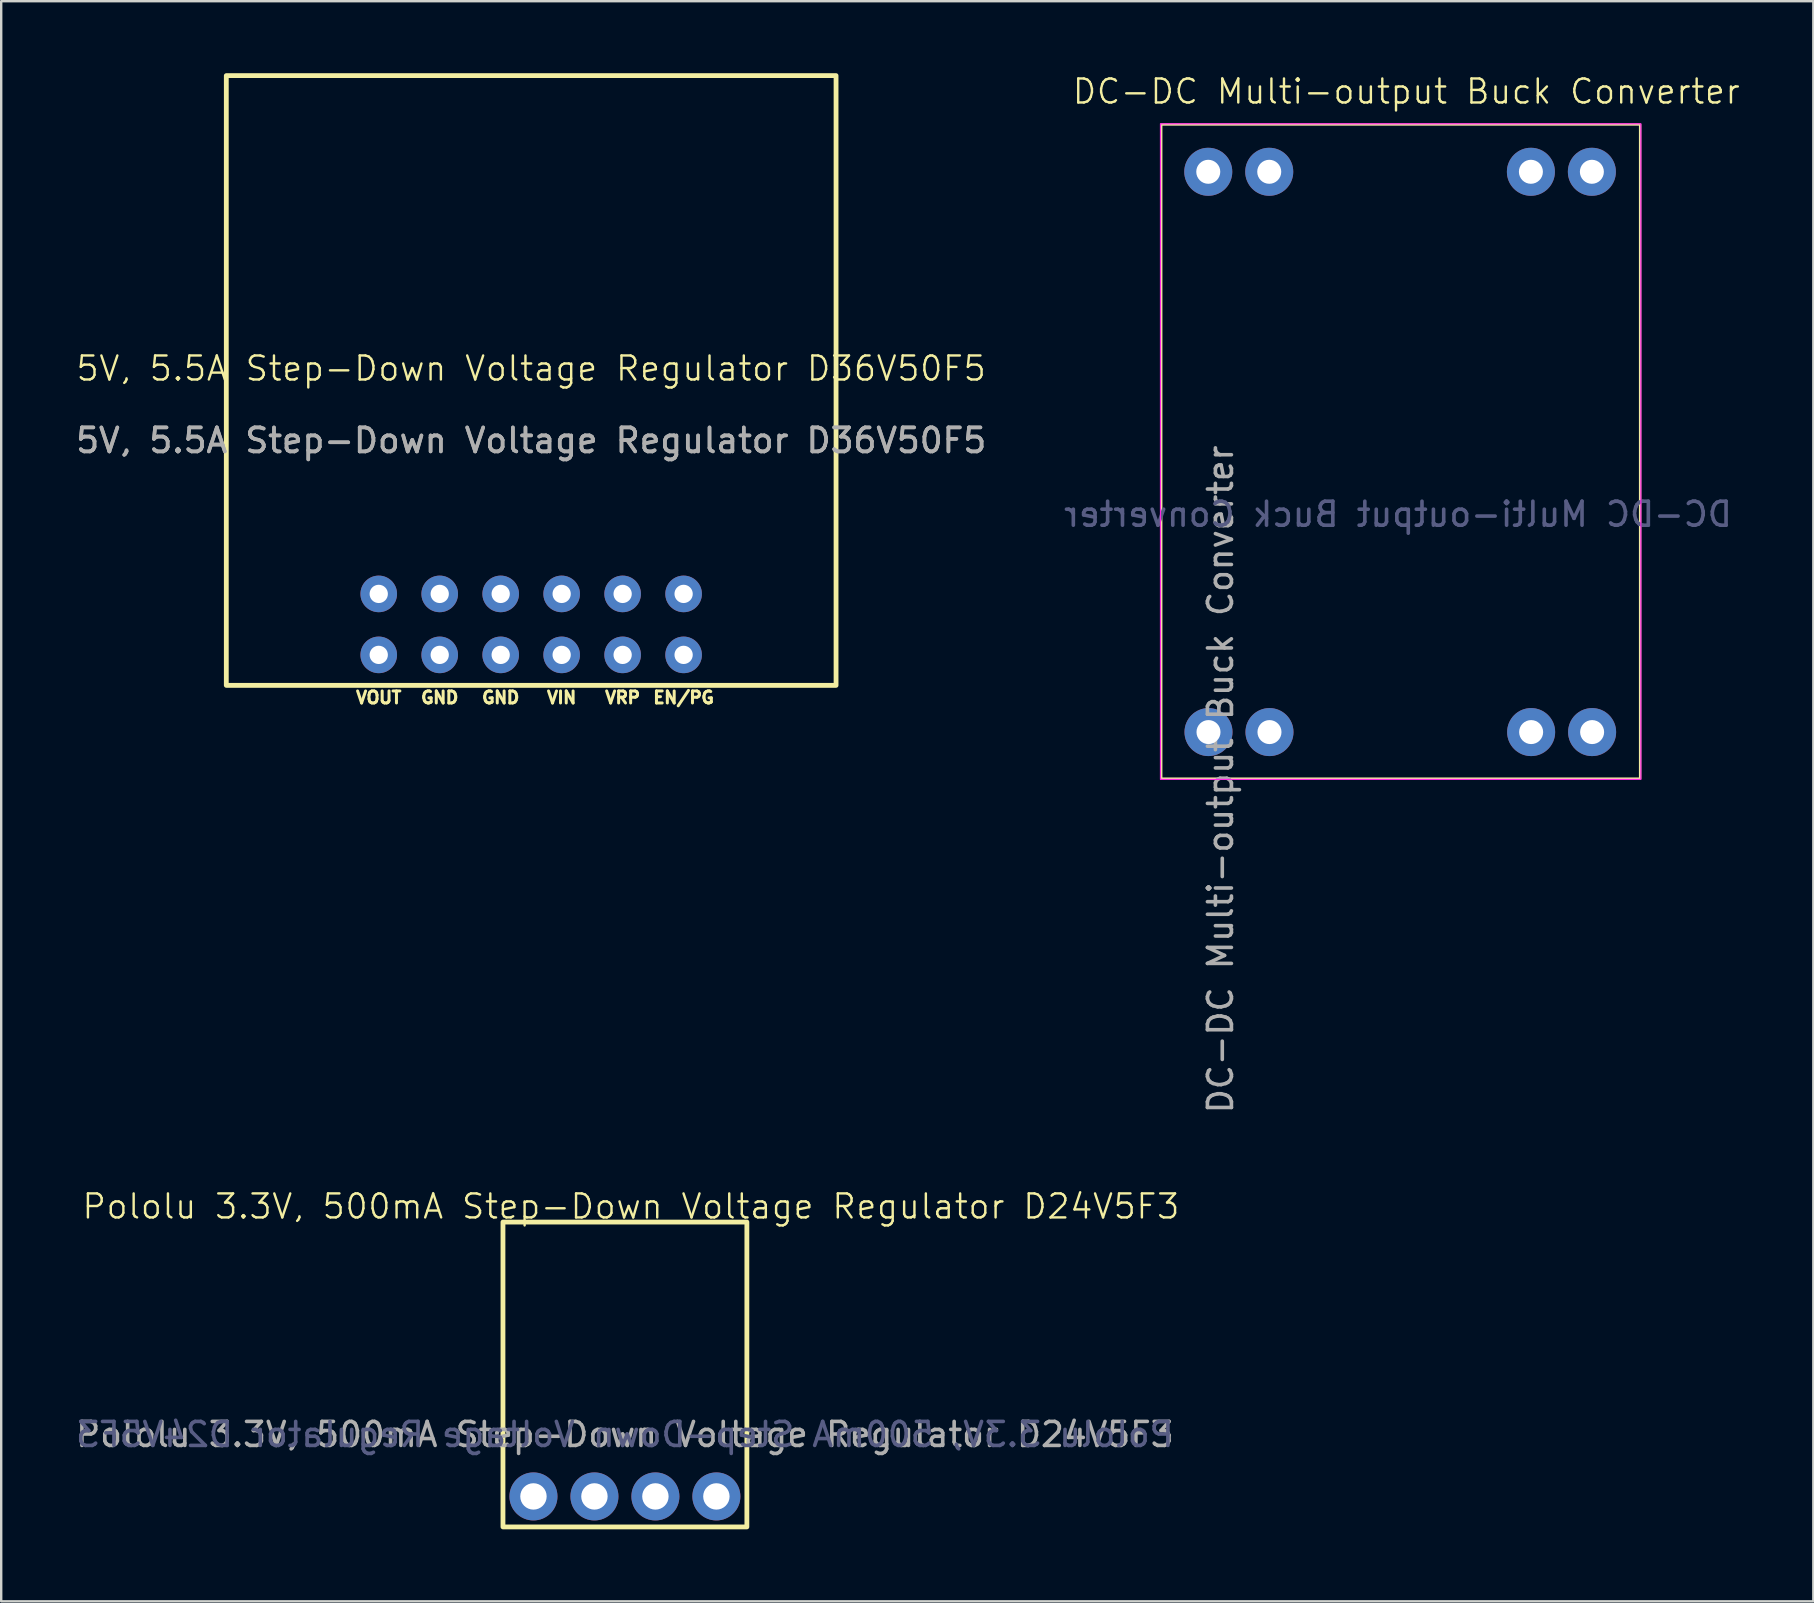
<source format=kicad_pcb>
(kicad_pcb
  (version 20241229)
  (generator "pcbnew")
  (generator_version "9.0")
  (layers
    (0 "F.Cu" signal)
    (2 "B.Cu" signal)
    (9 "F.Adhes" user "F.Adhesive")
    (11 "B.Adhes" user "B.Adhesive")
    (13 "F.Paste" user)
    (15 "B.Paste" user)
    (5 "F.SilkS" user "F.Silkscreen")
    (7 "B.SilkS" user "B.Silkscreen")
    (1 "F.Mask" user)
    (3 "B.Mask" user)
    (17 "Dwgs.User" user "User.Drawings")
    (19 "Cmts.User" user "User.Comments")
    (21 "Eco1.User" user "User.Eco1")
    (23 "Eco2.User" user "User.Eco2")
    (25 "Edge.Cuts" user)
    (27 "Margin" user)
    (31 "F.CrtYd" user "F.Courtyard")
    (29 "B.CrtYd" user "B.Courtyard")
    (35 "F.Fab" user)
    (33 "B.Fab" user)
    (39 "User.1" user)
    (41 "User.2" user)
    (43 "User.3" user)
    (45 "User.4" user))
  (footprint "Pololu 3.3V, 500mA Step-Down Voltage Regulator D24V5F3"
    (layer "F.Cu")
    (at 22.982 53.706)
    (property "Reference" "Pololu 3.3V, 500mA Step-Down Voltage Regulator D24V5F3" (at 0.25 -6.5 0) (unlocked yes) (layer "F.SilkS") (effects (font (size 1 1) (thickness 0.1))))
    (attr through_hole)
    (fp_rect (start -5.08 -5.85) (end 5.08 6.85) (stroke (width 0.2) (type solid)) (fill no) (layer "F.SilkS"))
    (fp_text user "${REFERENCE}" (at 0 3 0) (unlocked yes) (layer "B.Fab") (effects (font (size 1 1) (thickness 0.15)) (justify mirror)))
    (fp_text user "${REFERENCE}" (at 0 3 0) (unlocked yes) (layer "F.Fab") (effects (font (size 1 1) (thickness 0.15))))
    (pad "1" thru_hole circle (at -3.81 5.58 270) (size 2 2) (drill 1.1) (layers "*.Cu" "*.Mask"))
    (pad "2" thru_hole circle (at -1.27 5.58 270) (size 2 2) (drill 1.1) (layers "*.Cu" "*.Mask"))
    (pad "3" thru_hole circle (at 1.27 5.58 270) (size 2 2) (drill 1.1) (layers "*.Cu" "*.Mask"))
    (pad "4" thru_hole circle (at 3.81 5.58 270) (size 2 2) (drill 1.1) (layers "*.Cu" "*.Mask")))
  (footprint "5V, 5.5A Step-Down Voltage Regulator D36V50F5"
    (layer "F.Cu")
    (at 19.077 12.8)
    (property "Reference" "5V, 5.5A Step-Down Voltage Regulator D36V50F5" (at 0 -0.5 0) (unlocked yes) (layer "F.SilkS") (effects (font (size 1 1) (thickness 0.1))))
    (attr through_hole)
    (fp_rect (start -12.7 -12.7) (end 12.7 12.7) (stroke (width 0.2) (type solid)) (fill no) (layer "F.SilkS"))
    (fp_text user "GND" (at -3.81 13.208 0) (unlocked yes) (layer "F.SilkS") (effects (font (size 0.5 0.5) (thickness 0.125) (bold yes))))
    (fp_text user "GND" (at -1.27 13.208 0) (unlocked yes) (layer "F.SilkS") (effects (font (size 0.5 0.5) (thickness 0.125) (bold yes))))
    (fp_text user "VOUT" (at -6.35 13.208 0) (unlocked yes) (layer "F.SilkS") (effects (font (size 0.5 0.5) (thickness 0.125) (bold yes))))
    (fp_text user "VIN" (at 1.27 13.208 0) (unlocked yes) (layer "F.SilkS") (effects (font (size 0.5 0.5) (thickness 0.125) (bold yes))))
    (fp_text user "EN/PG" (at 6.35 13.208 0) (unlocked yes) (layer "F.SilkS") (effects (font (size 0.5 0.5) (thickness 0.125) (bold yes))))
    (fp_text user "VRP" (at 3.81 13.208 0) (unlocked yes) (layer "F.SilkS") (effects (font (size 0.5 0.5) (thickness 0.125) (bold yes))))
    (fp_text user "${REFERENCE}" (at 0 2.5 0) (unlocked yes) (layer "F.Fab") (effects (font (size 1 1) (thickness 0.15))))
    (fp_text user "${REFERENCE}" (at 0 2.5 0) (unlocked yes) (layer "F.Fab") (effects (font (size 1 1) (thickness 0.15))))
    (pad "1" thru_hole circle (at -6.35 8.89) (size 1.524 1.524) (drill 0.762) (layers "*.Cu" "*.Mask"))
    (pad "1" thru_hole circle (at -6.35 11.43) (size 1.524 1.524) (drill 0.762) (layers "*.Cu" "*.Mask"))
    (pad "2" thru_hole circle (at -3.81 8.89) (size 1.524 1.524) (drill 0.762) (layers "*.Cu" "*.Mask"))
    (pad "2" thru_hole circle (at -3.81 11.43) (size 1.524 1.524) (drill 0.762) (layers "*.Cu" "*.Mask"))
    (pad "2" thru_hole circle (at -1.27 8.89) (size 1.524 1.524) (drill 0.762) (layers "*.Cu" "*.Mask"))
    (pad "2" thru_hole circle (at -1.27 11.43) (size 1.524 1.524) (drill 0.762) (layers "*.Cu" "*.Mask"))
    (pad "3" thru_hole circle (at 1.27 8.89) (size 1.524 1.524) (drill 0.762) (layers "*.Cu" "*.Mask"))
    (pad "3" thru_hole circle (at 1.27 11.43) (size 1.524 1.524) (drill 0.762) (layers "*.Cu" "*.Mask"))
    (pad "4" thru_hole circle (at 3.81 8.89) (size 1.524 1.524) (drill 0.762) (layers "*.Cu" "*.Mask"))
    (pad "4" thru_hole circle (at 3.81 11.43) (size 1.524 1.524) (drill 0.762) (layers "*.Cu" "*.Mask"))
    (pad "5" thru_hole circle (at 6.35 11.43) (size 1.524 1.524) (drill 0.762) (layers "*.Cu" "*.Mask"))
    (pad "6" thru_hole circle (at 6.35 8.89) (size 1.524 1.524) (drill 0.762) (layers "*.Cu" "*.Mask")))
  (footprint "DC-DC Multi-output Buck Converter"
    (layer "F.Cu")
    (at 55.532 16.011)
    (property "Reference" "DC-DC Multi-output Buck Converter" (at 0 -15.25 0) (unlocked yes) (layer "F.SilkS") (effects (font (size 1 1) (thickness 0.1))))
    (attr through_hole)
    (fp_rect (start -10.21 13.375) (end 9.74 -13.875) (stroke (width 0.1) (type default)) (fill no) (layer "F.SilkS"))
    (fp_rect (start -10.24 13.405) (end 9.77 -13.905) (stroke (width 0.05) (type default)) (fill no) (layer "F.CrtYd"))
    (fp_text user "${REFERENCE}" (at -0.347 2.362 0) (unlocked yes) (layer "B.Fab") (effects (font (size 1 1) (thickness 0.15)) (justify mirror)))
    (fp_text user "${REFERENCE}" (at -7.74 13.405 90) (unlocked yes) (layer "F.Fab") (effects (font (size 1 1) (thickness 0.15))))
    (pad "1" thru_hole circle (at -8.24 11.435 270) (size 2 2) (drill 1) (layers "*.Cu" "*.Mask"))
    (pad "1" thru_hole circle (at -5.7 11.435 270) (size 2 2) (drill 1) (layers "*.Cu" "*.Mask"))
    (pad "2" thru_hole circle (at 5.2 11.435 90) (size 2 2) (drill 1) (layers "*.Cu" "*.Mask"))
    (pad "2" thru_hole circle (at 7.74 11.435 90) (size 2 2) (drill 1) (layers "*.Cu" "*.Mask"))
    (pad "3" thru_hole circle (at -8.25 -11.905 270) (size 2 2) (drill 1) (layers "*.Cu" "*.Mask"))
    (pad "3" thru_hole circle (at -5.71 -11.905 270) (size 2 2) (drill 1) (layers "*.Cu" "*.Mask"))
    (pad "4" thru_hole circle (at 5.19 -11.905 90) (size 2 2) (drill 1) (layers "*.Cu" "*.Mask"))
    (pad "4" thru_hole circle (at 7.73 -11.905 90) (size 2 2) (drill 1) (layers "*.Cu" "*.Mask")))
  (gr_rect
    (start -3 -3)
    (end 72.487 63.656)
    (stroke (width 0.1) (type default))
    (fill no)
    (layer "Edge.Cuts")))
</source>
